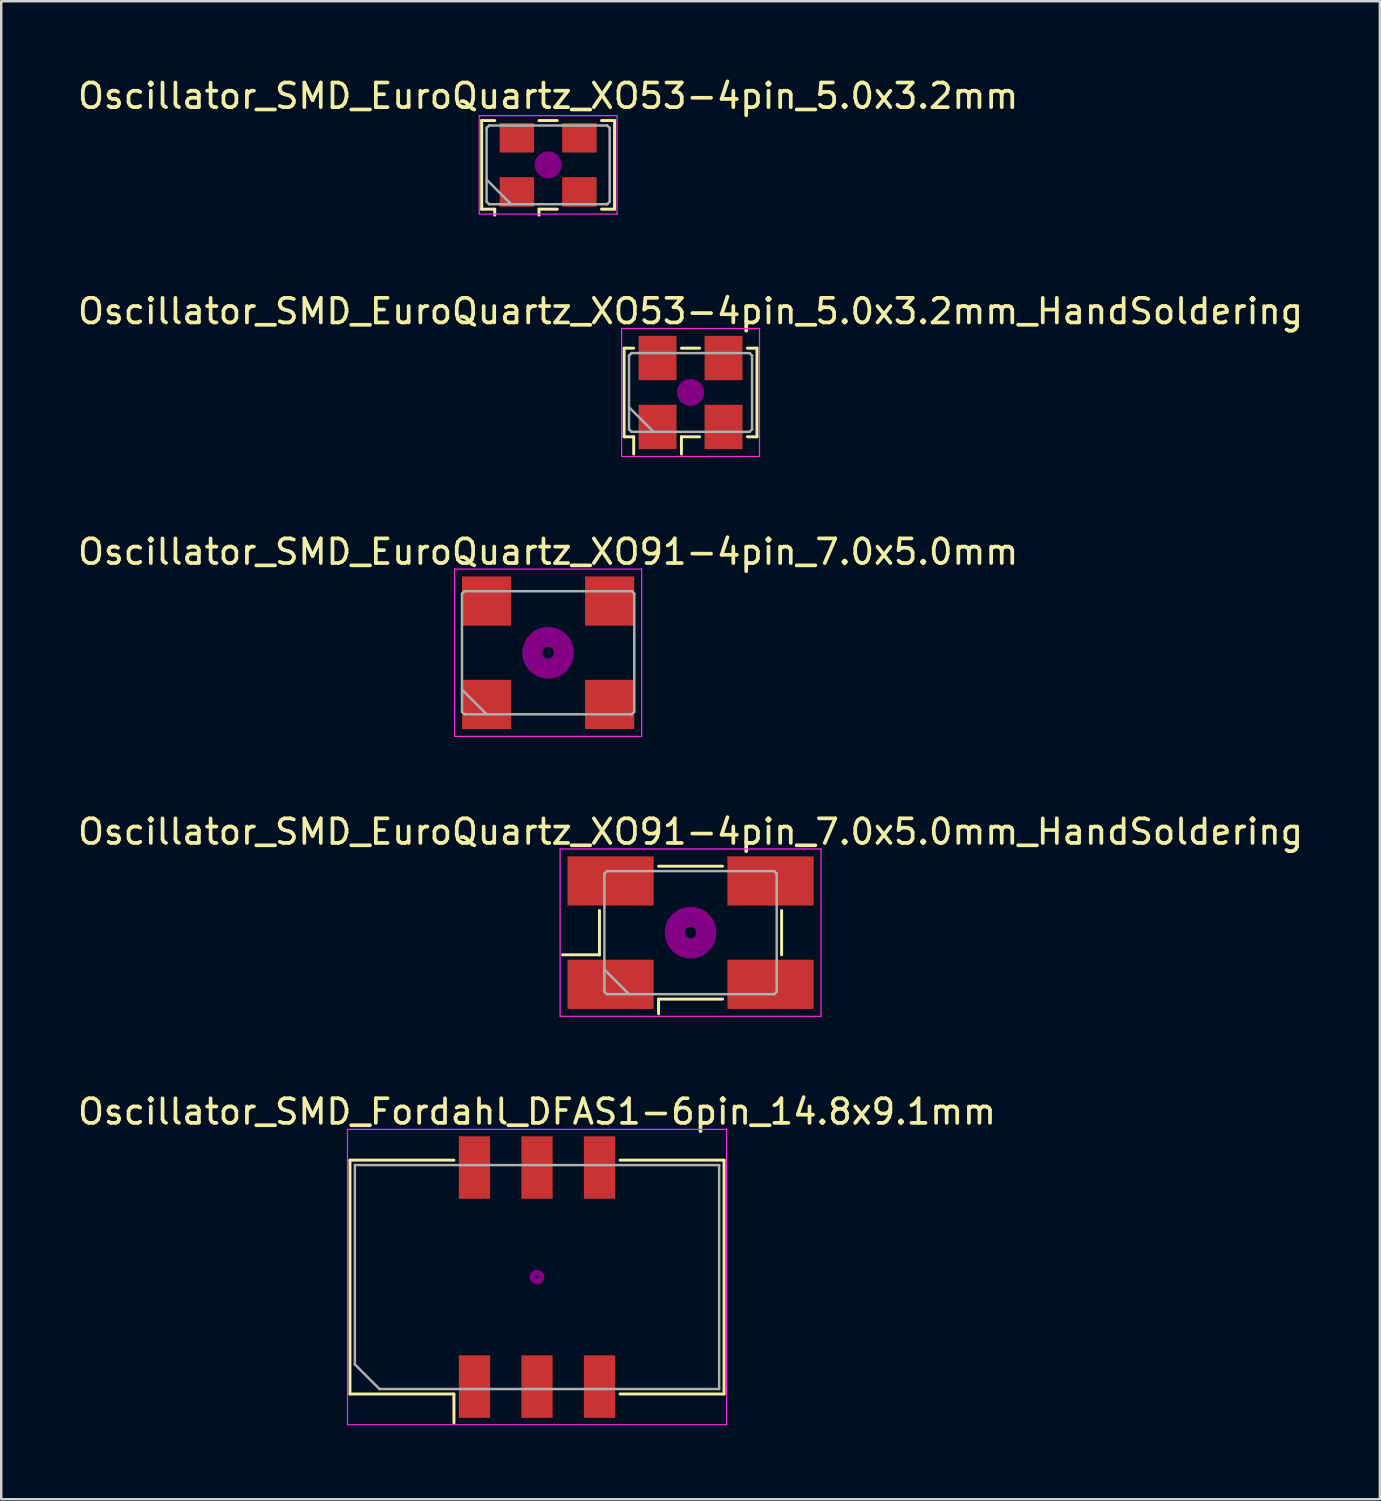
<source format=kicad_pcb>
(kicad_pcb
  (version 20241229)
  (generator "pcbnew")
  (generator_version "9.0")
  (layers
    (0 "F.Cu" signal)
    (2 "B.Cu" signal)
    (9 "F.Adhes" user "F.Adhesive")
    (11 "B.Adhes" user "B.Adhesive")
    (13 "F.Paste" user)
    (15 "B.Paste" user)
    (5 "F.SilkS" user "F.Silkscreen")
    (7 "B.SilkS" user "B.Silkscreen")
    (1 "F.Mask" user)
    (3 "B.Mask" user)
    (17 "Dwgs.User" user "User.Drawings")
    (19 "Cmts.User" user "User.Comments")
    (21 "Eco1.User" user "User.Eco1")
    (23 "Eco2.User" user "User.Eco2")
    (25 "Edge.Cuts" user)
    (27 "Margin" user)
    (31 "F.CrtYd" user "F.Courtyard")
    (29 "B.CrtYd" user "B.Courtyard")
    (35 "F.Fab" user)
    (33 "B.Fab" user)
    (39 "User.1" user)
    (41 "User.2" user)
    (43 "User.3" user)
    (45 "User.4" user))
  (footprint "Oscillator_SMD_Fordahl_DFAS1-6pin_14.8x9.1mm"
    (layer "F.Cu")
    (at 18.768 48.836)
    (property "Reference" "Oscillator_SMD_Fordahl_DFAS1-6pin_14.8x9.1mm" (at 0 -6.72 0) (layer "F.SilkS") (effects (font (size 1 1) (thickness 0.15))))
    (attr smd)
    (fp_line (start -7.6 -4.75) (end -3.375 -4.75) (stroke (width 0.12) (type solid)) (layer "F.SilkS"))
    (fp_line (start -7.6 4.75) (end -7.6 -4.75) (stroke (width 0.12) (type solid)) (layer "F.SilkS"))
    (fp_line (start -3.375 4.75) (end -7.6 4.75) (stroke (width 0.12) (type solid)) (layer "F.SilkS"))
    (fp_line (start -3.375 5.92) (end -3.375 4.75) (stroke (width 0.12) (type solid)) (layer "F.SilkS"))
    (fp_line (start 3.375 -4.75) (end 7.6 -4.75) (stroke (width 0.12) (type solid)) (layer "F.SilkS"))
    (fp_line (start 7.6 -4.75) (end 7.6 4.75) (stroke (width 0.12) (type solid)) (layer "F.SilkS"))
    (fp_line (start 7.6 4.75) (end 3.375 4.75) (stroke (width 0.12) (type solid)) (layer "F.SilkS"))
    (fp_circle (center 0 0) (end 0.058 0) (stroke (width 0.117) (type solid)) (fill no) (layer "F.Adhes"))
    (fp_circle (center 0 0) (end 0.133 0) (stroke (width 0.083) (type solid)) (fill no) (layer "F.Adhes"))
    (fp_circle (center 0 0) (end 0.208 0) (stroke (width 0.083) (type solid)) (fill no) (layer "F.Adhes"))
    (fp_circle (center 0 0) (end 0.25 0) (stroke (width 0.1) (type solid)) (fill no) (layer "F.Adhes"))
    (fp_line (start -7.7 -6) (end -7.7 6) (stroke (width 0.05) (type solid)) (layer "F.CrtYd"))
    (fp_line (start -7.7 6) (end 7.7 6) (stroke (width 0.05) (type solid)) (layer "F.CrtYd"))
    (fp_line (start 7.7 -6) (end -7.7 -6) (stroke (width 0.05) (type solid)) (layer "F.CrtYd"))
    (fp_line (start 7.7 6) (end 7.7 -6) (stroke (width 0.05) (type solid)) (layer "F.CrtYd"))
    (fp_line (start -7.4 -4.55) (end 7.4 -4.55) (stroke (width 0.1) (type solid)) (layer "F.Fab"))
    (fp_line (start -7.4 3.55) (end -7.4 -4.55) (stroke (width 0.1) (type solid)) (layer "F.Fab"))
    (fp_line (start -6.4 4.55) (end -7.4 3.55) (stroke (width 0.1) (type solid)) (layer "F.Fab"))
    (fp_line (start 7.4 -4.55) (end 7.4 4.55) (stroke (width 0.1) (type solid)) (layer "F.Fab"))
    (fp_line (start 7.4 4.55) (end -6.4 4.55) (stroke (width 0.1) (type solid)) (layer "F.Fab"))
    (pad "1" smd rect (at -2.54 4.45) (size 1.27 2.54) (layers "F.Cu" "F.Mask"))
    (pad "2" smd rect (at 0 4.45) (size 1.27 2.54) (layers "F.Cu" "F.Mask"))
    (pad "3" smd rect (at 2.54 4.45) (size 1.27 2.54) (layers "F.Cu" "F.Mask"))
    (pad "4" smd rect (at 2.54 -4.45) (size 1.27 2.54) (layers "F.Cu" "F.Mask"))
    (pad "5" smd rect (at 0 -4.45) (size 1.27 2.54) (layers "F.Cu" "F.Mask"))
    (pad "6" smd rect (at -2.54 -4.45) (size 1.27 2.54) (layers "F.Cu" "F.Mask")))
  (footprint "Oscillator_SMD_EuroQuartz_XO53-4pin_5.0x3.2mm"
    (layer "F.Cu")
    (at 19.22 3.648)
    (property "Reference" "Oscillator_SMD_EuroQuartz_XO53-4pin_5.0x3.2mm" (at 0 -2.8 0) (layer "F.SilkS") (effects (font (size 1 1) (thickness 0.15))))
    (attr smd)
    (fp_line (start -2.7 -1.8) (end -2.17 -1.8) (stroke (width 0.12) (type solid)) (layer "F.SilkS"))
    (fp_line (start -2.7 1.8) (end -2.7 -1.8) (stroke (width 0.12) (type solid)) (layer "F.SilkS"))
    (fp_line (start -2.17 1.8) (end -2.7 1.8) (stroke (width 0.12) (type solid)) (layer "F.SilkS"))
    (fp_line (start -2.17 2.04) (end -2.17 1.8) (stroke (width 0.12) (type solid)) (layer "F.SilkS"))
    (fp_line (start -0.37 -1.8) (end 0.37 -1.8) (stroke (width 0.12) (type solid)) (layer "F.SilkS"))
    (fp_line (start -0.37 1.8) (end -0.37 2.04) (stroke (width 0.12) (type solid)) (layer "F.SilkS"))
    (fp_line (start 0.37 1.8) (end -0.37 1.8) (stroke (width 0.12) (type solid)) (layer "F.SilkS"))
    (fp_line (start 2.17 -1.8) (end 2.7 -1.8) (stroke (width 0.12) (type solid)) (layer "F.SilkS"))
    (fp_line (start 2.7 -1.8) (end 2.7 1.8) (stroke (width 0.12) (type solid)) (layer "F.SilkS"))
    (fp_line (start 2.7 1.8) (end 2.17 1.8) (stroke (width 0.12) (type solid)) (layer "F.SilkS"))
    (fp_circle (center 0 0) (end 0.117 0) (stroke (width 0.233) (type solid)) (fill no) (layer "F.Adhes"))
    (fp_circle (center 0 0) (end 0.267 0) (stroke (width 0.167) (type solid)) (fill no) (layer "F.Adhes"))
    (fp_circle (center 0 0) (end 0.417 0) (stroke (width 0.167) (type solid)) (fill no) (layer "F.Adhes"))
    (fp_circle (center 0 0) (end 0.5 0) (stroke (width 0.1) (type solid)) (fill no) (layer "F.Adhes"))
    (fp_line (start -2.8 -2) (end -2.8 2) (stroke (width 0.05) (type solid)) (layer "F.CrtYd"))
    (fp_line (start -2.8 2) (end 2.8 2) (stroke (width 0.05) (type solid)) (layer "F.CrtYd"))
    (fp_line (start 2.8 -2) (end -2.8 -2) (stroke (width 0.05) (type solid)) (layer "F.CrtYd"))
    (fp_line (start 2.8 2) (end 2.8 -2) (stroke (width 0.05) (type solid)) (layer "F.CrtYd"))
    (fp_line (start -2.5 -1.5) (end -2.4 -1.6) (stroke (width 0.1) (type solid)) (layer "F.Fab"))
    (fp_line (start -2.5 0.6) (end -1.5 1.6) (stroke (width 0.1) (type solid)) (layer "F.Fab"))
    (fp_line (start -2.5 1.5) (end -2.5 -1.5) (stroke (width 0.1) (type solid)) (layer "F.Fab"))
    (fp_line (start -2.4 -1.6) (end 2.4 -1.6) (stroke (width 0.1) (type solid)) (layer "F.Fab"))
    (fp_line (start -2.4 1.6) (end -2.5 1.5) (stroke (width 0.1) (type solid)) (layer "F.Fab"))
    (fp_line (start 2.4 -1.6) (end 2.5 -1.5) (stroke (width 0.1) (type solid)) (layer "F.Fab"))
    (fp_line (start 2.4 1.6) (end -2.4 1.6) (stroke (width 0.1) (type solid)) (layer "F.Fab"))
    (fp_line (start 2.5 -1.5) (end 2.5 1.5) (stroke (width 0.1) (type solid)) (layer "F.Fab"))
    (fp_line (start 2.5 1.5) (end 2.4 1.6) (stroke (width 0.1) (type solid)) (layer "F.Fab"))
    (pad "1" smd rect (at -1.27 1.1) (size 1.4 1.2) (layers "F.Cu" "F.Mask"))
    (pad "2" smd rect (at 1.27 1.1) (size 1.4 1.2) (layers "F.Cu" "F.Mask"))
    (pad "3" smd rect (at 1.27 -1.1) (size 1.4 1.2) (layers "F.Cu" "F.Mask"))
    (pad "4" smd rect (at -1.27 -1.1) (size 1.4 1.2) (layers "F.Cu" "F.Mask")))
  (footprint "Oscillator_SMD_EuroQuartz_XO53-4pin_5.0x3.2mm_HandSoldering"
    (layer "F.Cu")
    (at 25.006 12.896)
    (property "Reference" "Oscillator_SMD_EuroQuartz_XO53-4pin_5.0x3.2mm_HandSoldering" (at 0 -3.3 0) (layer "F.SilkS") (effects (font (size 1 1) (thickness 0.15))))
    (attr smd)
    (fp_line (start -2.7 -1.8) (end -2.31 -1.8) (stroke (width 0.12) (type solid)) (layer "F.SilkS"))
    (fp_line (start -2.7 1.8) (end -2.7 -1.8) (stroke (width 0.12) (type solid)) (layer "F.SilkS"))
    (fp_line (start -2.31 1.8) (end -2.7 1.8) (stroke (width 0.12) (type solid)) (layer "F.SilkS"))
    (fp_line (start -2.31 2.5) (end -2.31 1.8) (stroke (width 0.12) (type solid)) (layer "F.SilkS"))
    (fp_line (start -0.37 -1.8) (end 0.37 -1.8) (stroke (width 0.12) (type solid)) (layer "F.SilkS"))
    (fp_line (start -0.37 1.8) (end -0.37 2.5) (stroke (width 0.12) (type solid)) (layer "F.SilkS"))
    (fp_line (start 0.37 1.8) (end -0.37 1.8) (stroke (width 0.12) (type solid)) (layer "F.SilkS"))
    (fp_line (start 2.31 -1.8) (end 2.7 -1.8) (stroke (width 0.12) (type solid)) (layer "F.SilkS"))
    (fp_line (start 2.7 -1.8) (end 2.7 1.8) (stroke (width 0.12) (type solid)) (layer "F.SilkS"))
    (fp_line (start 2.7 1.8) (end 2.31 1.8) (stroke (width 0.12) (type solid)) (layer "F.SilkS"))
    (fp_circle (center 0 0) (end 0.117 0) (stroke (width 0.233) (type solid)) (fill no) (layer "F.Adhes"))
    (fp_circle (center 0 0) (end 0.267 0) (stroke (width 0.167) (type solid)) (fill no) (layer "F.Adhes"))
    (fp_circle (center 0 0) (end 0.417 0) (stroke (width 0.167) (type solid)) (fill no) (layer "F.Adhes"))
    (fp_circle (center 0 0) (end 0.5 0) (stroke (width 0.1) (type solid)) (fill no) (layer "F.Adhes"))
    (fp_line (start -2.8 -2.6) (end -2.8 2.6) (stroke (width 0.05) (type solid)) (layer "F.CrtYd"))
    (fp_line (start -2.8 2.6) (end 2.8 2.6) (stroke (width 0.05) (type solid)) (layer "F.CrtYd"))
    (fp_line (start 2.8 -2.6) (end -2.8 -2.6) (stroke (width 0.05) (type solid)) (layer "F.CrtYd"))
    (fp_line (start 2.8 2.6) (end 2.8 -2.6) (stroke (width 0.05) (type solid)) (layer "F.CrtYd"))
    (fp_line (start -2.5 -1.5) (end -2.4 -1.6) (stroke (width 0.1) (type solid)) (layer "F.Fab"))
    (fp_line (start -2.5 0.6) (end -1.5 1.6) (stroke (width 0.1) (type solid)) (layer "F.Fab"))
    (fp_line (start -2.5 1.5) (end -2.5 -1.5) (stroke (width 0.1) (type solid)) (layer "F.Fab"))
    (fp_line (start -2.4 -1.6) (end 2.4 -1.6) (stroke (width 0.1) (type solid)) (layer "F.Fab"))
    (fp_line (start -2.4 1.6) (end -2.5 1.5) (stroke (width 0.1) (type solid)) (layer "F.Fab"))
    (fp_line (start 2.4 -1.6) (end 2.5 -1.5) (stroke (width 0.1) (type solid)) (layer "F.Fab"))
    (fp_line (start 2.4 1.6) (end -2.4 1.6) (stroke (width 0.1) (type solid)) (layer "F.Fab"))
    (fp_line (start 2.5 -1.5) (end 2.5 1.5) (stroke (width 0.1) (type solid)) (layer "F.Fab"))
    (fp_line (start 2.5 1.5) (end 2.4 1.6) (stroke (width 0.1) (type solid)) (layer "F.Fab"))
    (pad "1" smd rect (at -1.34 1.4) (size 1.54 1.8) (layers "F.Cu" "F.Mask"))
    (pad "2" smd rect (at 1.34 1.4) (size 1.54 1.8) (layers "F.Cu" "F.Mask"))
    (pad "3" smd rect (at 1.34 -1.4) (size 1.54 1.8) (layers "F.Cu" "F.Mask"))
    (pad "4" smd rect (at -1.34 -1.4) (size 1.54 1.8) (layers "F.Cu" "F.Mask")))
  (footprint "Oscillator_SMD_EuroQuartz_XO91-4pin_7.0x5.0mm"
    (layer "F.Cu")
    (at 19.22 23.47)
    (property "Reference" "Oscillator_SMD_EuroQuartz_XO91-4pin_7.0x5.0mm" (at 0 -4.1 0) (layer "F.SilkS") (effects (font (size 1 1) (thickness 0.15))))
    (attr smd)
    (fp_circle (center 0 0) (end 0.233 0) (stroke (width 0.467) (type solid)) (fill no) (layer "F.Adhes"))
    (fp_circle (center 0 0) (end 0.533 0) (stroke (width 0.333) (type solid)) (fill no) (layer "F.Adhes"))
    (fp_circle (center 0 0) (end 0.833 0) (stroke (width 0.333) (type solid)) (fill no) (layer "F.Adhes"))
    (fp_circle (center 0 0) (end 1 0) (stroke (width 0.1) (type solid)) (fill no) (layer "F.Adhes"))
    (fp_line (start -3.8 -3.4) (end -3.8 3.4) (stroke (width 0.05) (type solid)) (layer "F.CrtYd"))
    (fp_line (start -3.8 3.4) (end 3.8 3.4) (stroke (width 0.05) (type solid)) (layer "F.CrtYd"))
    (fp_line (start 3.8 -3.4) (end -3.8 -3.4) (stroke (width 0.05) (type solid)) (layer "F.CrtYd"))
    (fp_line (start 3.8 3.4) (end 3.8 -3.4) (stroke (width 0.05) (type solid)) (layer "F.CrtYd"))
    (fp_line (start -3.5 -2.4) (end -3.4 -2.5) (stroke (width 0.1) (type solid)) (layer "F.Fab"))
    (fp_line (start -3.5 1.5) (end -2.5 2.5) (stroke (width 0.1) (type solid)) (layer "F.Fab"))
    (fp_line (start -3.5 2.4) (end -3.5 -2.4) (stroke (width 0.1) (type solid)) (layer "F.Fab"))
    (fp_line (start -3.4 -2.5) (end 3.4 -2.5) (stroke (width 0.1) (type solid)) (layer "F.Fab"))
    (fp_line (start -3.4 2.5) (end -3.5 2.4) (stroke (width 0.1) (type solid)) (layer "F.Fab"))
    (fp_line (start 3.4 -2.5) (end 3.5 -2.4) (stroke (width 0.1) (type solid)) (layer "F.Fab"))
    (fp_line (start 3.4 2.5) (end -3.4 2.5) (stroke (width 0.1) (type solid)) (layer "F.Fab"))
    (fp_line (start 3.5 -2.4) (end 3.5 2.4) (stroke (width 0.1) (type solid)) (layer "F.Fab"))
    (fp_line (start 3.5 2.4) (end 3.4 2.5) (stroke (width 0.1) (type solid)) (layer "F.Fab"))
    (pad "1" smd rect (at -2.5 2.1) (size 2 2) (layers "F.Cu" "F.Mask"))
    (pad "2" smd rect (at 2.5 2.1) (size 2 2) (layers "F.Cu" "F.Mask"))
    (pad "3" smd rect (at 2.5 -2.1) (size 2 2) (layers "F.Cu" "F.Mask"))
    (pad "4" smd rect (at -2.5 -2.1) (size 2 2) (layers "F.Cu" "F.Mask")))
  (footprint "Oscillator_SMD_EuroQuartz_XO91-4pin_7.0x5.0mm_HandSoldering"
    (layer "F.Cu")
    (at 25.006 34.843)
    (property "Reference" "Oscillator_SMD_EuroQuartz_XO91-4pin_7.0x5.0mm_HandSoldering" (at 0 -4.1 0) (layer "F.SilkS") (effects (font (size 1 1) (thickness 0.15))))
    (attr smd)
    (fp_line (start -5.2 0.9) (end -3.7 0.9) (stroke (width 0.12) (type solid)) (layer "F.SilkS"))
    (fp_line (start -3.7 0.9) (end -3.7 -0.9) (stroke (width 0.12) (type solid)) (layer "F.SilkS"))
    (fp_line (start -1.3 -2.7) (end 1.3 -2.7) (stroke (width 0.12) (type solid)) (layer "F.SilkS"))
    (fp_line (start -1.3 2.7) (end -1.3 3.3) (stroke (width 0.12) (type solid)) (layer "F.SilkS"))
    (fp_line (start 1.3 2.7) (end -1.3 2.7) (stroke (width 0.12) (type solid)) (layer "F.SilkS"))
    (fp_line (start 3.7 -0.9) (end 3.7 0.9) (stroke (width 0.12) (type solid)) (layer "F.SilkS"))
    (fp_circle (center 0 0) (end 0.233 0) (stroke (width 0.467) (type solid)) (fill no) (layer "F.Adhes"))
    (fp_circle (center 0 0) (end 0.533 0) (stroke (width 0.333) (type solid)) (fill no) (layer "F.Adhes"))
    (fp_circle (center 0 0) (end 0.833 0) (stroke (width 0.333) (type solid)) (fill no) (layer "F.Adhes"))
    (fp_circle (center 0 0) (end 1 0) (stroke (width 0.1) (type solid)) (fill no) (layer "F.Adhes"))
    (fp_line (start -5.3 -3.4) (end -5.3 3.4) (stroke (width 0.05) (type solid)) (layer "F.CrtYd"))
    (fp_line (start -5.3 3.4) (end 5.3 3.4) (stroke (width 0.05) (type solid)) (layer "F.CrtYd"))
    (fp_line (start 5.3 -3.4) (end -5.3 -3.4) (stroke (width 0.05) (type solid)) (layer "F.CrtYd"))
    (fp_line (start 5.3 3.4) (end 5.3 -3.4) (stroke (width 0.05) (type solid)) (layer "F.CrtYd"))
    (fp_line (start -3.5 -2.4) (end -3.4 -2.5) (stroke (width 0.1) (type solid)) (layer "F.Fab"))
    (fp_line (start -3.5 1.5) (end -2.5 2.5) (stroke (width 0.1) (type solid)) (layer "F.Fab"))
    (fp_line (start -3.5 2.4) (end -3.5 -2.4) (stroke (width 0.1) (type solid)) (layer "F.Fab"))
    (fp_line (start -3.4 -2.5) (end 3.4 -2.5) (stroke (width 0.1) (type solid)) (layer "F.Fab"))
    (fp_line (start -3.4 2.5) (end -3.5 2.4) (stroke (width 0.1) (type solid)) (layer "F.Fab"))
    (fp_line (start 3.4 -2.5) (end 3.5 -2.4) (stroke (width 0.1) (type solid)) (layer "F.Fab"))
    (fp_line (start 3.4 2.5) (end -3.4 2.5) (stroke (width 0.1) (type solid)) (layer "F.Fab"))
    (fp_line (start 3.5 -2.4) (end 3.5 2.4) (stroke (width 0.1) (type solid)) (layer "F.Fab"))
    (fp_line (start 3.5 2.4) (end 3.4 2.5) (stroke (width 0.1) (type solid)) (layer "F.Fab"))
    (pad "1" smd rect (at -3.25 2.1) (size 3.5 2) (layers "F.Cu" "F.Mask"))
    (pad "2" smd rect (at 3.25 2.1) (size 3.5 2) (layers "F.Cu" "F.Mask"))
    (pad "3" smd rect (at 3.25 -2.1) (size 3.5 2) (layers "F.Cu" "F.Mask"))
    (pad "4" smd rect (at -3.25 -2.1) (size 3.5 2) (layers "F.Cu" "F.Mask")))
  (gr_rect
    (start -3 -3)
    (end 53.012 57.861)
    (stroke (width 0.1) (type default))
    (fill no)
    (layer "Edge.Cuts")))
</source>
